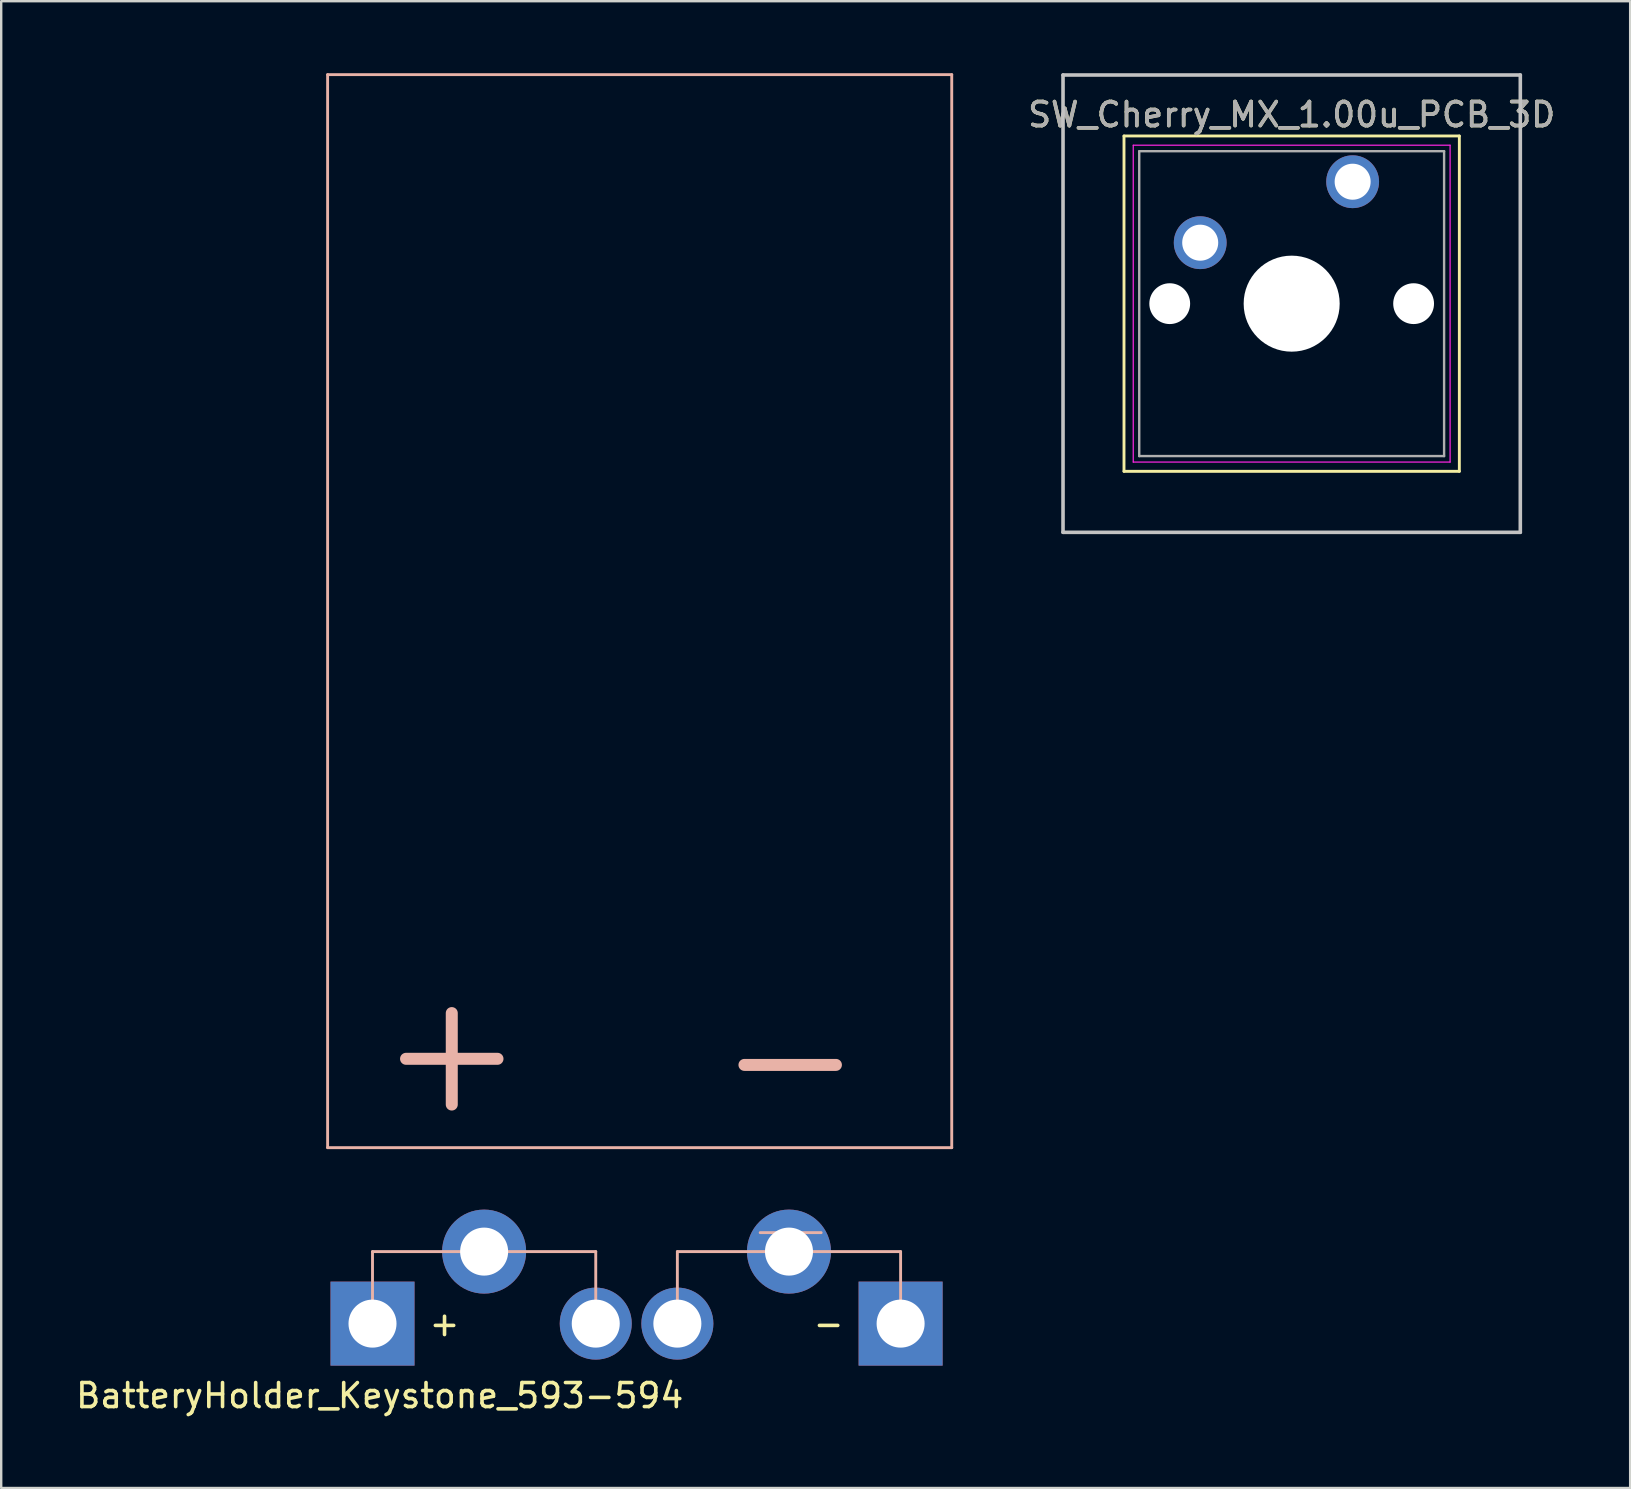
<source format=kicad_pcb>
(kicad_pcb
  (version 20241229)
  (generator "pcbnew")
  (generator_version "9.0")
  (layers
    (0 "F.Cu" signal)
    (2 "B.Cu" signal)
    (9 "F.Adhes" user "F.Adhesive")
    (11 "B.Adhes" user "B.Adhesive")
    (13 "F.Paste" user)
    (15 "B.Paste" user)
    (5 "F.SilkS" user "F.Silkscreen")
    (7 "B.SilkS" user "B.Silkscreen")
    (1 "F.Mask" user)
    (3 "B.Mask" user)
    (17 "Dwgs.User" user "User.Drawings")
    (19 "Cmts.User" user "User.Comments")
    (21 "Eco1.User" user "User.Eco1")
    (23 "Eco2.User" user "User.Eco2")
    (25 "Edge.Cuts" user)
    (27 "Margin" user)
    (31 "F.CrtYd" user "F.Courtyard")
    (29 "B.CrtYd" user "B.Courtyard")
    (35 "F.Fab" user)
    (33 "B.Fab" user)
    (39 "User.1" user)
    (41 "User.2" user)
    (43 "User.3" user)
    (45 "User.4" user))
  (footprint "BatteryHolder_Keystone_593-594"
    (layer "F.Cu")
    (at 12.468 52.09)
    (property "Reference" "BatteryHolder_Keystone_593-594" (at 0.3 3 0) (layer "F.SilkS") (effects (font (size 1 1) (thickness 0.15))))
    (attr through_hole)
    (fp_line (start -1.87 -52.03) (end -1.87 -7.33) (stroke (width 0.12) (type solid)) (layer "B.SilkS"))
    (fp_line (start 0 -3) (end 0 0) (stroke (width 0.12) (type solid)) (layer "B.SilkS"))
    (fp_line (start 9.3 -3) (end 0 -3) (stroke (width 0.12) (type solid)) (layer "B.SilkS"))
    (fp_line (start 9.3 0) (end 9.3 -3) (stroke (width 0.12) (type solid)) (layer "B.SilkS"))
    (fp_line (start 12.7 -3) (end 12.7 0) (stroke (width 0.12) (type solid)) (layer "B.SilkS"))
    (fp_line (start 16.15 -3.79) (end 18.69 -3.79) (stroke (width 0.12) (type solid)) (layer "B.SilkS"))
    (fp_line (start 22 -3) (end 12.7 -3) (stroke (width 0.12) (type solid)) (layer "B.SilkS"))
    (fp_line (start 22 0) (end 22 -3) (stroke (width 0.12) (type solid)) (layer "B.SilkS"))
    (fp_line (start 24.13 -52.03) (end -1.87 -52.03) (stroke (width 0.12) (type solid)) (layer "B.SilkS"))
    (fp_line (start 24.13 -7.33) (end -1.87 -7.33) (stroke (width 0.12) (type solid)) (layer "B.SilkS"))
    (fp_line (start 24.13 -7.33) (end 24.13 -52.03) (stroke (width 0.12) (type solid)) (layer "B.SilkS"))
    (fp_text user "-" (at 19 0 0) (layer "F.SilkS") (effects (font (size 1 1) (thickness 0.15))))
    (fp_text user "+" (at 3 0 0) (layer "F.SilkS") (effects (font (size 1 1) (thickness 0.15))))
    (fp_text user "+" (at 3.302 -11.414 180) (layer "B.SilkS") (effects (font (size 5 5) (thickness 0.5))))
    (fp_text user "-" (at 17.4 -11.16 180) (layer "B.SilkS") (effects (font (size 5 5) (thickness 0.5))))
    (pad "1" thru_hole rect (at 0 0) (size 3.5 3.5) (drill 2) (layers "*.Cu" "*.Mask"))
    (pad "1" thru_hole circle (at 4.65 -3) (size 3.5 3.5) (drill 2) (layers "*.Cu" "*.Mask"))
    (pad "1" thru_hole circle (at 9.3 0) (size 3 3) (drill 2) (layers "*.Cu" "*.Mask"))
    (pad "2" thru_hole circle (at 12.7 0) (size 3 3) (drill 2) (layers "*.Cu" "*.Mask"))
    (pad "2" thru_hole circle (at 17.35 -3) (size 3.5 3.5) (drill 2) (layers "*.Cu" "*.Mask"))
    (pad "2" thru_hole rect (at 22 0) (size 3.5 3.5) (drill 2) (layers "*.Cu" "*.Mask")))
  (footprint "SW_Cherry_MX_1.00u_PCB_3D"
    (layer "F.Cu")
    (at 53.299 4.52)
    (property "Reference" "SW_Cherry_MX_1.00u_PCB_3D" (at -2.54 -2.794 0) (layer "F.SilkS") (effects (font (size 1 1) (thickness 0.15))))
    (attr through_hole)
    (fp_line (start -9.525 -1.905) (end 4.445 -1.905) (stroke (width 0.12) (type solid)) (layer "F.SilkS"))
    (fp_line (start -9.525 12.065) (end -9.525 -1.905) (stroke (width 0.12) (type solid)) (layer "F.SilkS"))
    (fp_line (start 4.445 -1.905) (end 4.445 12.065) (stroke (width 0.12) (type solid)) (layer "F.SilkS"))
    (fp_line (start 4.445 12.065) (end -9.525 12.065) (stroke (width 0.12) (type solid)) (layer "F.SilkS"))
    (fp_line (start -12.065 -4.445) (end 6.985 -4.445) (stroke (width 0.15) (type solid)) (layer "Dwgs.User"))
    (fp_line (start -12.065 14.605) (end -12.065 -4.445) (stroke (width 0.15) (type solid)) (layer "Dwgs.User"))
    (fp_line (start 6.985 -4.445) (end 6.985 14.605) (stroke (width 0.15) (type solid)) (layer "Dwgs.User"))
    (fp_line (start 6.985 14.605) (end -12.065 14.605) (stroke (width 0.15) (type solid)) (layer "Dwgs.User"))
    (fp_line (start -9.14 -1.52) (end 4.06 -1.52) (stroke (width 0.05) (type solid)) (layer "F.CrtYd"))
    (fp_line (start -9.14 11.68) (end -9.14 -1.52) (stroke (width 0.05) (type solid)) (layer "F.CrtYd"))
    (fp_line (start 4.06 -1.52) (end 4.06 11.68) (stroke (width 0.05) (type solid)) (layer "F.CrtYd"))
    (fp_line (start 4.06 11.68) (end -9.14 11.68) (stroke (width 0.05) (type solid)) (layer "F.CrtYd"))
    (fp_line (start -8.89 -1.27) (end 3.81 -1.27) (stroke (width 0.1) (type solid)) (layer "F.Fab"))
    (fp_line (start -8.89 11.43) (end -8.89 -1.27) (stroke (width 0.1) (type solid)) (layer "F.Fab"))
    (fp_line (start 3.81 -1.27) (end 3.81 11.43) (stroke (width 0.1) (type solid)) (layer "F.Fab"))
    (fp_line (start 3.81 11.43) (end -8.89 11.43) (stroke (width 0.1) (type solid)) (layer "F.Fab"))
    (fp_text user "${REFERENCE}" (at -2.54 -2.794 0) (layer "F.Fab") (effects (font (size 1 1) (thickness 0.15))))
    (pad "" np_thru_hole circle (at -7.62 5.08) (size 1.7 1.7) (drill 1.7) (layers "*.Cu" "*.Mask"))
    (pad "" np_thru_hole circle (at -2.54 5.08) (size 4 4) (drill 4) (layers "*.Cu" "*.Mask"))
    (pad "" np_thru_hole circle (at 2.54 5.08) (size 1.7 1.7) (drill 1.7) (layers "*.Cu" "*.Mask"))
    (pad "1" thru_hole circle (at 0 0) (size 2.2 2.2) (drill 1.5) (layers "*.Cu" "*.Mask"))
    (pad "2" thru_hole circle (at -6.35 2.54) (size 2.2 2.2) (drill 1.5) (layers "*.Cu" "*.Mask")))
  (gr_rect
    (start -3 -3)
    (end 64.86 58.938)
    (stroke (width 0.1) (type default))
    (fill no)
    (layer "Edge.Cuts")))
</source>
